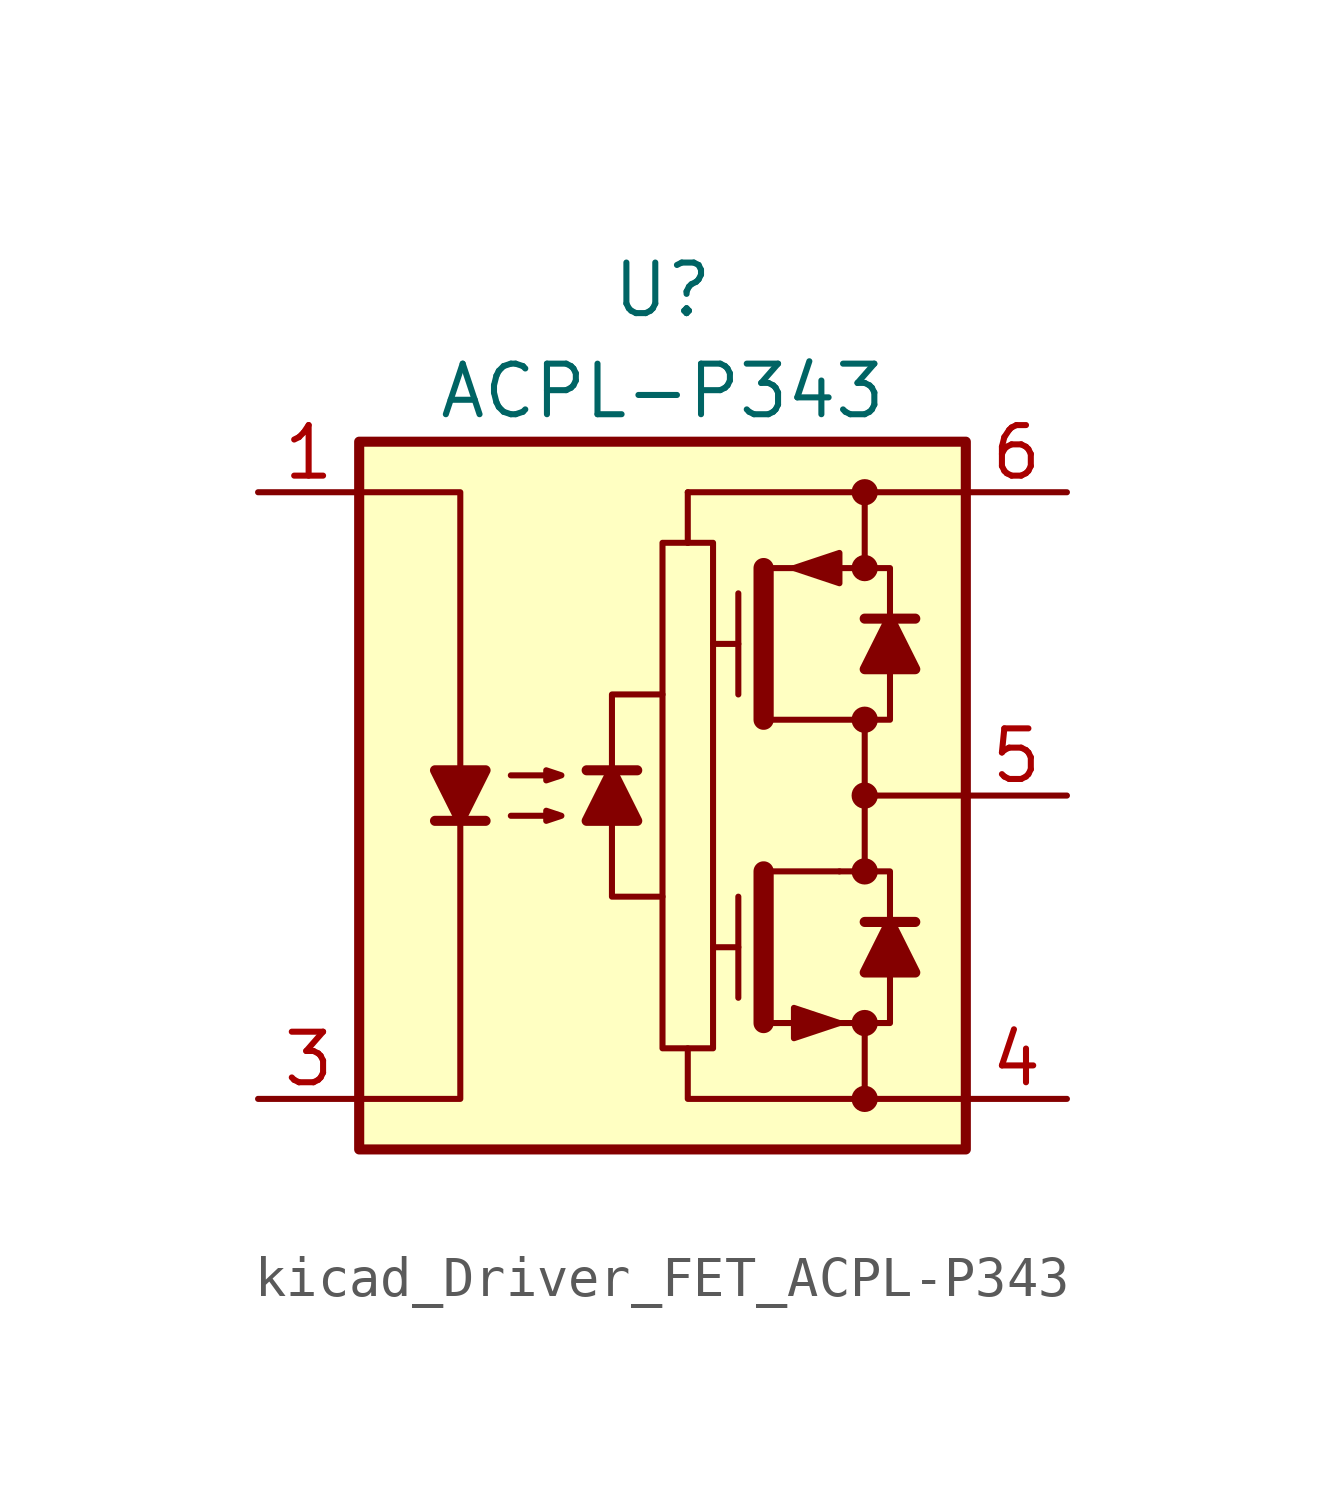
<source format=kicad_sym>
(kicad_symbol_lib
  (version 20220914)
  (generator kicad_symbol_editor)
  (symbol "kicad_Driver_FET_ACPL-P343"
    (pin_names hide)
    (property "Reference" "U"
      (at 0 12.7 0)
      (effects (font (size 1.27 1.27))))
    (property "Value" "ACPL-P343"
      (at 0 10.16 0)
      (effects (font (size 1.27 1.27))))
    (symbol "kicad_Driver_FET_ACPL-P343_0_1"
      (rectangle (start -7.62 8.89) (end 7.62 -8.89) (stroke (width 0.254) (type default)) (fill (type background)))
      (polyline (pts (xy -5.715 -0.635) (xy -4.445 -0.635)) (stroke (width 0.254) (type default)) (fill (type none)))
      (polyline (pts (xy -0.635 0.635) (xy -1.905 0.635)) (stroke (width 0.254) (type default)) (fill (type none)))
      (polyline (pts (xy 1.27 -3.81) (xy 1.905 -3.81)) (stroke (width 0) (type default)) (fill (type none)))
      (polyline (pts (xy 1.27 3.81) (xy 1.905 3.81)) (stroke (width 0) (type default)) (fill (type none)))
      (polyline (pts (xy 1.905 -5.08) (xy 1.905 -2.54)) (stroke (width 0) (type default)) (fill (type none)))
      (polyline (pts (xy 1.905 2.54) (xy 1.905 5.08)) (stroke (width 0) (type default)) (fill (type none)))
      (polyline (pts (xy 2.54 -5.715) (xy 2.54 -1.905)) (stroke (width 0.508) (type default)) (fill (type none)))
      (polyline (pts (xy 2.54 1.905) (xy 2.54 5.715)) (stroke (width 0.508) (type default)) (fill (type none)))
      (polyline (pts (xy 4.445 -1.905) (xy 2.54 -1.905)) (stroke (width 0) (type default)) (fill (type none)))
      (polyline (pts (xy 4.445 5.715) (xy 2.54 5.715)) (stroke (width 0) (type default)) (fill (type none)))
      (polyline (pts (xy 5.08 -5.715) (xy 5.08 -7.62)) (stroke (width 0) (type default)) (fill (type none)))
      (polyline (pts (xy 5.08 0) (xy 7.62 0)) (stroke (width 0) (type default)) (fill (type none)))
      (polyline (pts (xy 5.08 1.905) (xy 5.08 -1.905)) (stroke (width 0) (type default)) (fill (type none)))
      (polyline (pts (xy 5.08 7.62) (xy 5.08 5.715)) (stroke (width 0) (type default)) (fill (type none)))
      (polyline (pts (xy 6.35 -3.175) (xy 5.08 -3.175)) (stroke (width 0.254) (type default)) (fill (type none)))
      (polyline (pts (xy 6.35 4.445) (xy 5.08 4.445)) (stroke (width 0.254) (type default)) (fill (type none)))
      (polyline (pts (xy 7.62 7.62) (xy 0.635 7.62)) (stroke (width 0) (type default)) (fill (type none)))
      (polyline (pts (xy -1.27 -0.635) (xy -1.27 -2.54) (xy 0 -2.54)) (stroke (width 0) (type default)) (fill (type none)))
      (polyline (pts (xy -1.27 0.635) (xy -1.27 2.54) (xy 0 2.54)) (stroke (width 0) (type default)) (fill (type none)))
      (polyline (pts (xy 0.635 -6.35) (xy 0.635 -7.62) (xy 7.62 -7.62)) (stroke (width 0) (type default)) (fill (type none)))
      (polyline (pts (xy 4.445 -1.905) (xy 5.715 -1.905) (xy 5.715 -3.175)) (stroke (width 0) (type default)) (fill (type none)))
      (polyline (pts (xy 4.445 5.715) (xy 5.715 5.715) (xy 5.715 4.445)) (stroke (width 0) (type default)) (fill (type none)))
      (polyline (pts (xy 5.715 -4.445) (xy 5.715 -5.715) (xy 2.54 -5.715)) (stroke (width 0) (type default)) (fill (type none)))
      (polyline (pts (xy 5.715 3.175) (xy 5.715 1.905) (xy 2.54 1.905)) (stroke (width 0) (type default)) (fill (type none)))
      (polyline (pts (xy -7.62 7.62) (xy -5.08 7.62) (xy -5.08 -7.62) (xy -7.62 -7.62)) (stroke (width 0) (type default)) (fill (type none)))
      (polyline (pts (xy -5.08 -0.635) (xy -5.715 0.635) (xy -4.445 0.635) (xy -5.08 -0.635)) (stroke (width 0.254) (type default)) (fill (type outline)))
      (polyline (pts (xy -1.27 0.635) (xy -0.635 -0.635) (xy -1.905 -0.635) (xy -1.27 0.635)) (stroke (width 0.254) (type default)) (fill (type outline)))
      (polyline (pts (xy 3.302 5.715) (xy 4.445 6.096) (xy 4.445 5.334) (xy 3.302 5.715)) (stroke (width 0) (type default)) (fill (type outline)))
      (polyline (pts (xy 4.445 -5.715) (xy 3.302 -5.334) (xy 3.302 -6.096) (xy 4.445 -5.715)) (stroke (width 0) (type default)) (fill (type outline)))
      (polyline (pts (xy 5.715 -3.175) (xy 6.35 -4.445) (xy 5.08 -4.445) (xy 5.715 -3.175)) (stroke (width 0.254) (type default)) (fill (type outline)))
      (polyline (pts (xy 5.715 4.445) (xy 6.35 3.175) (xy 5.08 3.175) (xy 5.715 4.445)) (stroke (width 0.254) (type default)) (fill (type outline)))
      (polyline (pts (xy -3.81 -0.508) (xy -2.54 -0.508) (xy -2.921 -0.635) (xy -2.921 -0.381) (xy -2.54 -0.508)) (stroke (width 0) (type default)) (fill (type none)))
      (polyline (pts (xy -3.81 0.508) (xy -2.54 0.508) (xy -2.921 0.381) (xy -2.921 0.635) (xy -2.54 0.508)) (stroke (width 0) (type default)) (fill (type none)))
      (polyline (pts (xy 1.27 6.35) (xy 1.27 -6.35) (xy 0 -6.35) (xy 0 6.35) (xy 1.27 6.35)) (stroke (width 0) (type default)) (fill (type none)))
      (rectangle (start 0.635 6.35) (end 0.635 6.35) (stroke (width 0) (type default)) (fill (type none)))
      (rectangle (start 0.635 6.35) (end 0.635 7.62) (stroke (width 0) (type default)) (fill (type none)))
      (circle (center 5.08 -7.62) (radius 0.254) (stroke (width 0) (type default)) (fill (type outline)))
      (circle (center 5.08 -5.715) (radius 0.254) (stroke (width 0) (type default)) (fill (type outline)))
      (circle (center 5.08 -1.905) (radius 0.254) (stroke (width 0) (type default)) (fill (type outline)))
      (circle (center 5.08 0) (radius 0.254) (stroke (width 0) (type default)) (fill (type outline)))
      (circle (center 5.08 1.905) (radius 0.254) (stroke (width 0) (type default)) (fill (type outline)))
      (circle (center 5.08 5.715) (radius 0.254) (stroke (width 0) (type default)) (fill (type outline)))
      (circle (center 5.08 7.62) (radius 0.254) (stroke (width 0) (type default)) (fill (type outline))))
    (symbol "kicad_Driver_FET_ACPL-P343_1_1"
      (pin passive line (at -10.16 7.62 0) (length 2.54) (name "A" (effects (font (size 1.27 1.27)))) (number "1" (effects (font (size 1.27 1.27)))))
      (pin no_connect line (at -7.62 0 0) (length 2.54) hide (name "NC" (effects (font (size 1.27 1.27)))) (number "2" (effects (font (size 1.27 1.27)))))
      (pin passive line (at -10.16 -7.62 0) (length 2.54) (name "C" (effects (font (size 1.27 1.27)))) (number "3" (effects (font (size 1.27 1.27)))))
      (pin power_in line (at 10.16 -7.62 180) (length 2.54) (name "VEE" (effects (font (size 1.27 1.27)))) (number "4" (effects (font (size 1.27 1.27)))))
      (pin output line (at 10.16 0 180) (length 2.54) (name "VO" (effects (font (size 1.27 1.27)))) (number "5" (effects (font (size 1.27 1.27)))))
      (pin power_in line (at 10.16 7.62 180) (length 2.54) (name "VCC" (effects (font (size 1.27 1.27)))) (number "6" (effects (font (size 1.27 1.27))))))))
</source>
